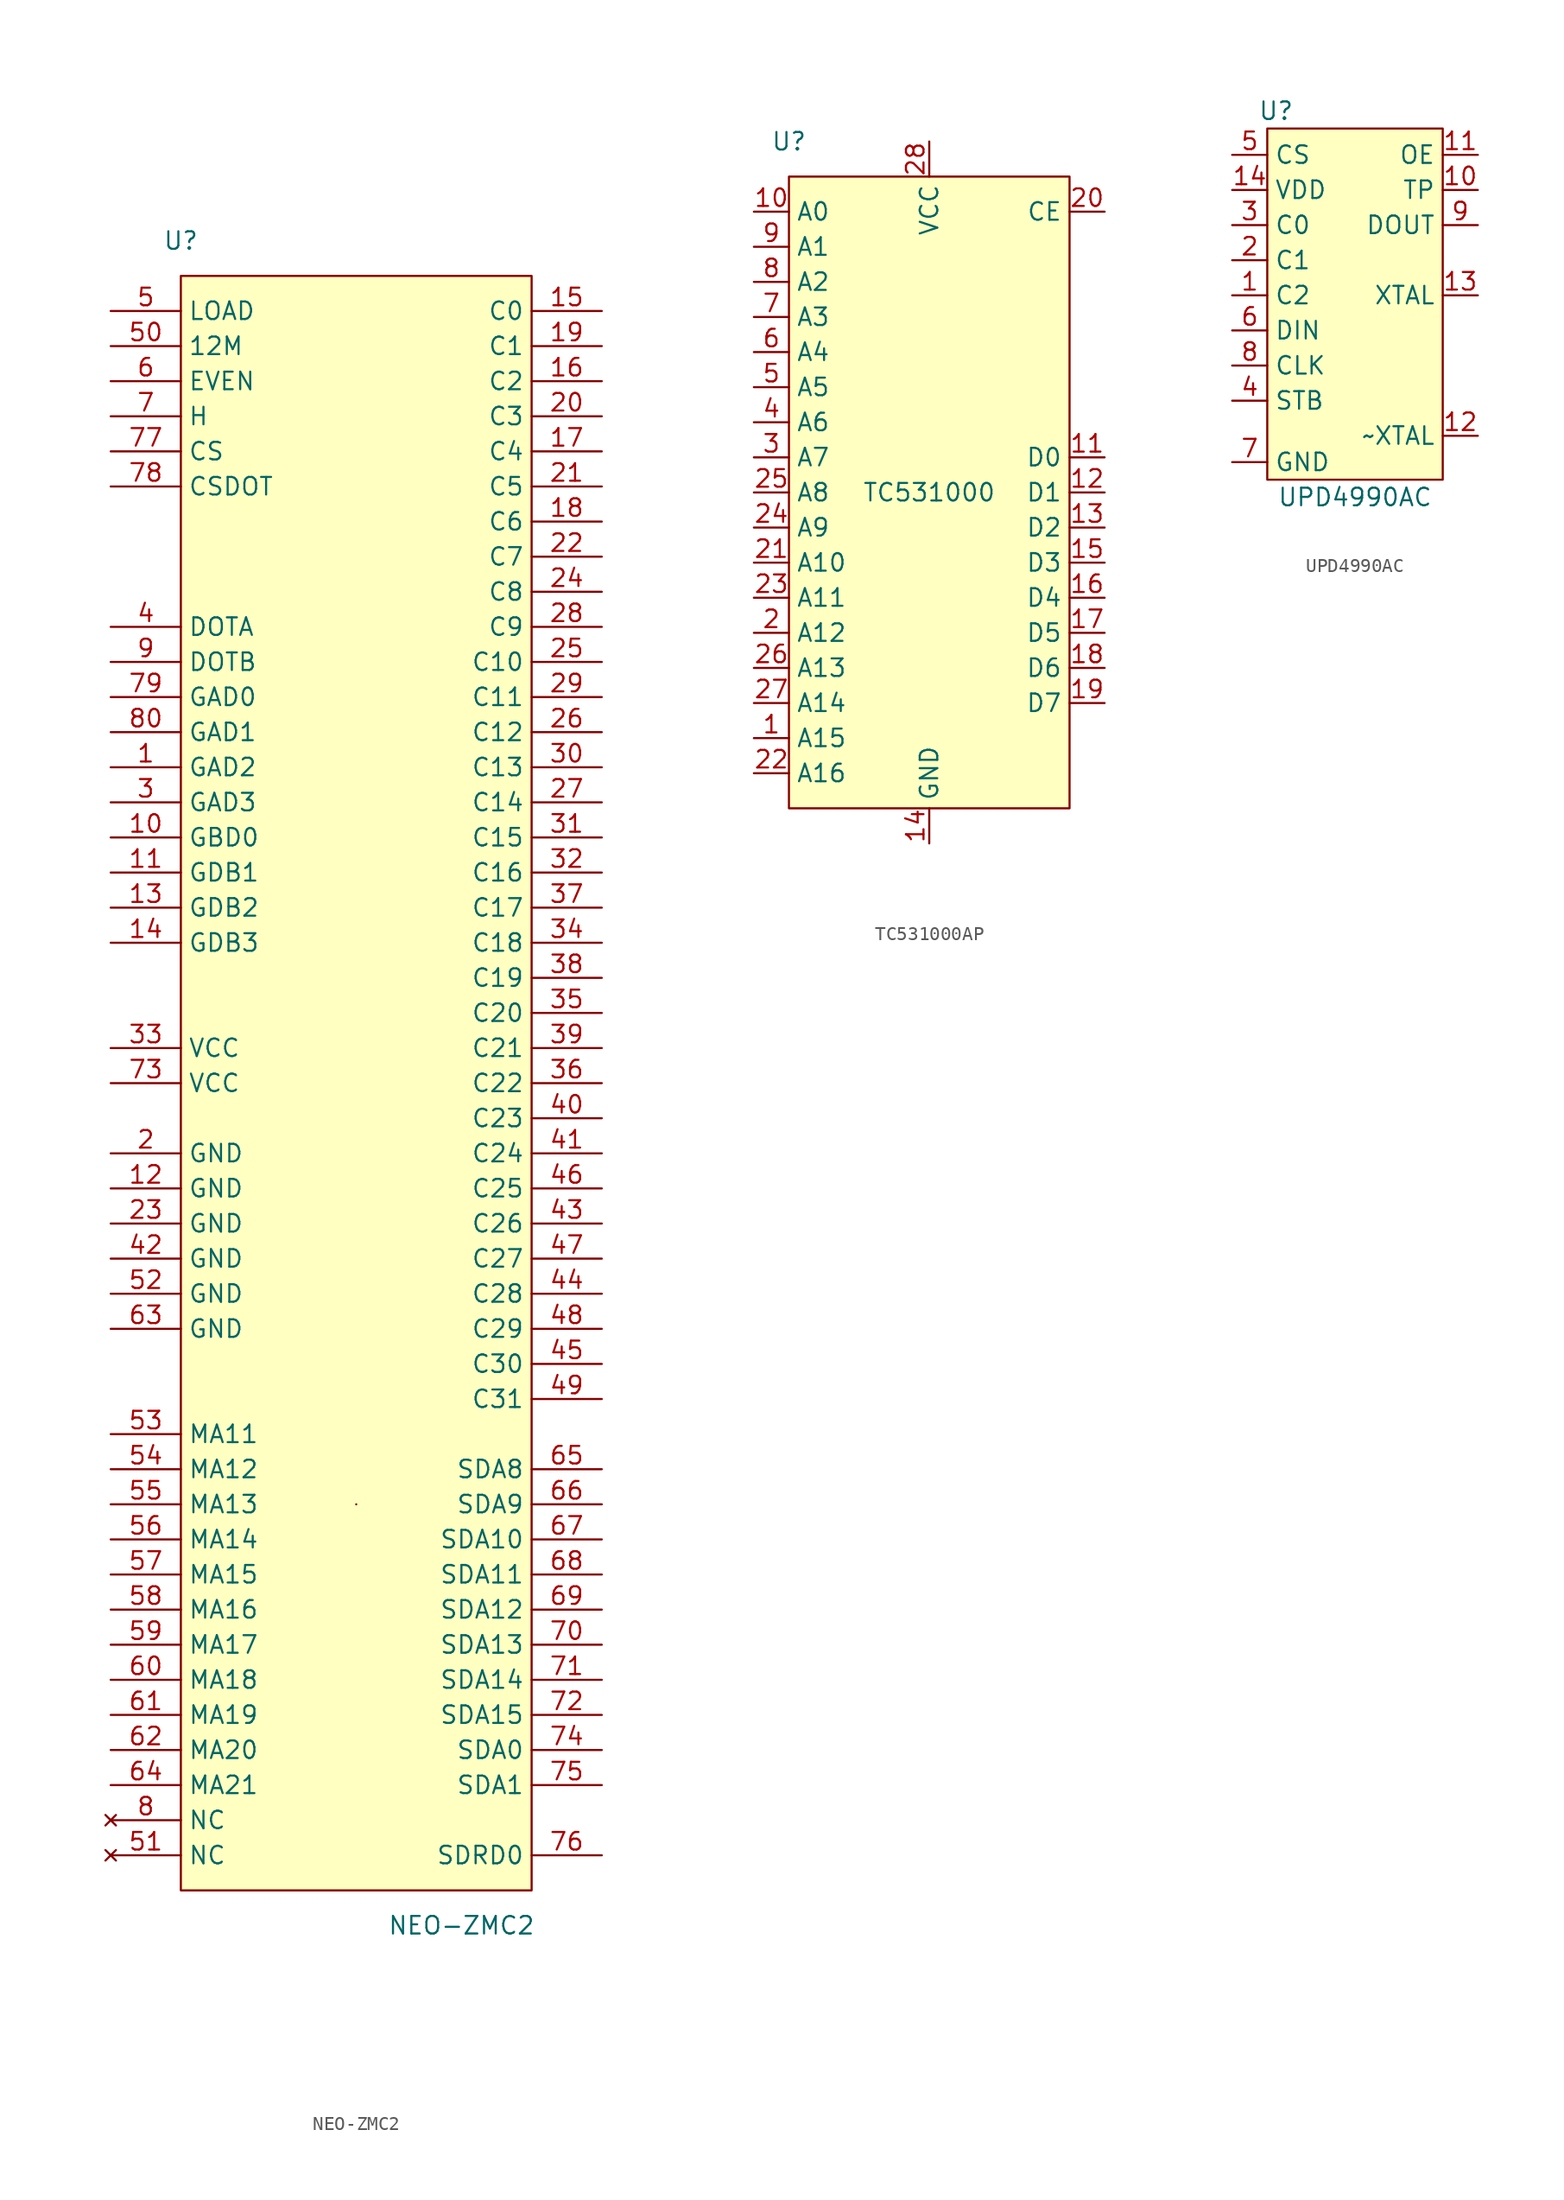
<source format=kicad_sym>
(kicad_symbol_lib
  (version 20220914)
  (generator kicad_symbol_editor)
  (symbol "NEO-ZMC2"
    (property "Reference" "U"
      (at -12.7 60.96 0)
      (effects (font (size 1.27 1.27))))
    (property "Value" "NEO-ZMC2"
      (at 7.62 -60.96 0)
      (effects (font (size 1.27 1.27))))
    (symbol "NEO-ZMC2_0_0"
      (pin output line (at -17.78 22.86 0) (length 5.08) (name "GAD2" (effects (font (size 1.27 1.27)))) (number "1" (effects (font (size 1.27 1.27)))))
      (pin output line (at -17.78 17.78 0) (length 5.08) (name "GBD0" (effects (font (size 1.27 1.27)))) (number "10" (effects (font (size 1.27 1.27)))))
      (pin output line (at -17.78 15.24 0) (length 5.08) (name "GDB1" (effects (font (size 1.27 1.27)))) (number "11" (effects (font (size 1.27 1.27)))))
      (pin output line (at -17.78 -7.62 0) (length 5.08) (name "GND" (effects (font (size 1.27 1.27)))) (number "12" (effects (font (size 1.27 1.27)))))
      (pin output line (at -17.78 12.7 0) (length 5.08) (name "GDB2" (effects (font (size 1.27 1.27)))) (number "13" (effects (font (size 1.27 1.27)))))
      (pin output line (at -17.78 10.16 0) (length 5.08) (name "GDB3" (effects (font (size 1.27 1.27)))) (number "14" (effects (font (size 1.27 1.27)))))
      (pin input line (at 17.78 55.88 180) (length 5.08) (name "C0" (effects (font (size 1.27 1.27)))) (number "15" (effects (font (size 1.27 1.27)))))
      (pin input line (at 17.78 50.8 180) (length 5.08) (name "C2" (effects (font (size 1.27 1.27)))) (number "16" (effects (font (size 1.27 1.27)))))
      (pin input line (at 17.78 45.72 180) (length 5.08) (name "C4" (effects (font (size 1.27 1.27)))) (number "17" (effects (font (size 1.27 1.27)))))
      (pin input line (at 17.78 40.64 180) (length 5.08) (name "C6" (effects (font (size 1.27 1.27)))) (number "18" (effects (font (size 1.27 1.27)))))
      (pin input line (at 17.78 53.34 180) (length 5.08) (name "C1" (effects (font (size 1.27 1.27)))) (number "19" (effects (font (size 1.27 1.27)))))
      (pin power_in line (at -17.78 -5.08 0) (length 5.08) (name "GND" (effects (font (size 1.27 1.27)))) (number "2" (effects (font (size 1.27 1.27)))))
      (pin input line (at 17.78 48.26 180) (length 5.08) (name "C3" (effects (font (size 1.27 1.27)))) (number "20" (effects (font (size 1.27 1.27)))))
      (pin input line (at 17.78 43.18 180) (length 5.08) (name "C5" (effects (font (size 1.27 1.27)))) (number "21" (effects (font (size 1.27 1.27)))))
      (pin input line (at 17.78 38.1 180) (length 5.08) (name "C7" (effects (font (size 1.27 1.27)))) (number "22" (effects (font (size 1.27 1.27)))))
      (pin power_in line (at -17.78 -10.16 0) (length 5.08) (name "GND" (effects (font (size 1.27 1.27)))) (number "23" (effects (font (size 1.27 1.27)))))
      (pin input line (at 17.78 35.56 180) (length 5.08) (name "C8" (effects (font (size 1.27 1.27)))) (number "24" (effects (font (size 1.27 1.27)))))
      (pin input line (at 17.78 30.48 180) (length 5.08) (name "C10" (effects (font (size 1.27 1.27)))) (number "25" (effects (font (size 1.27 1.27)))))
      (pin input line (at 17.78 25.4 180) (length 5.08) (name "C12" (effects (font (size 1.27 1.27)))) (number "26" (effects (font (size 1.27 1.27)))))
      (pin input line (at 17.78 20.32 180) (length 5.08) (name "C14" (effects (font (size 1.27 1.27)))) (number "27" (effects (font (size 1.27 1.27)))))
      (pin input line (at 17.78 33.02 180) (length 5.08) (name "C9" (effects (font (size 1.27 1.27)))) (number "28" (effects (font (size 1.27 1.27)))))
      (pin input line (at 17.78 27.94 180) (length 5.08) (name "C11" (effects (font (size 1.27 1.27)))) (number "29" (effects (font (size 1.27 1.27)))))
      (pin output line (at -17.78 20.32 0) (length 5.08) (name "GAD3" (effects (font (size 1.27 1.27)))) (number "3" (effects (font (size 1.27 1.27)))))
      (pin input line (at 17.78 22.86 180) (length 5.08) (name "C13" (effects (font (size 1.27 1.27)))) (number "30" (effects (font (size 1.27 1.27)))))
      (pin input line (at 17.78 17.78 180) (length 5.08) (name "C15" (effects (font (size 1.27 1.27)))) (number "31" (effects (font (size 1.27 1.27)))))
      (pin input line (at 17.78 15.24 180) (length 5.08) (name "C16" (effects (font (size 1.27 1.27)))) (number "32" (effects (font (size 1.27 1.27)))))
      (pin power_in line (at -17.78 2.54 0) (length 5.08) (name "VCC" (effects (font (size 1.27 1.27)))) (number "33" (effects (font (size 1.27 1.27)))))
      (pin input line (at 17.78 10.16 180) (length 5.08) (name "C18" (effects (font (size 1.27 1.27)))) (number "34" (effects (font (size 1.27 1.27)))))
      (pin input line (at 17.78 5.08 180) (length 5.08) (name "C20" (effects (font (size 1.27 1.27)))) (number "35" (effects (font (size 1.27 1.27)))))
      (pin input line (at 17.78 0 180) (length 5.08) (name "C22" (effects (font (size 1.27 1.27)))) (number "36" (effects (font (size 1.27 1.27)))))
      (pin input line (at 17.78 12.7 180) (length 5.08) (name "C17" (effects (font (size 1.27 1.27)))) (number "37" (effects (font (size 1.27 1.27)))))
      (pin input line (at 17.78 7.62 180) (length 5.08) (name "C19" (effects (font (size 1.27 1.27)))) (number "38" (effects (font (size 1.27 1.27)))))
      (pin input line (at 17.78 2.54 180) (length 5.08) (name "C21" (effects (font (size 1.27 1.27)))) (number "39" (effects (font (size 1.27 1.27)))))
      (pin output line (at -17.78 33.02 0) (length 5.08) (name "DOTA" (effects (font (size 1.27 1.27)))) (number "4" (effects (font (size 1.27 1.27)))))
      (pin input line (at 17.78 -2.54 180) (length 5.08) (name "C23" (effects (font (size 1.27 1.27)))) (number "40" (effects (font (size 1.27 1.27)))))
      (pin input line (at 17.78 -5.08 180) (length 5.08) (name "C24" (effects (font (size 1.27 1.27)))) (number "41" (effects (font (size 1.27 1.27)))))
      (pin power_in line (at -17.78 -12.7 0) (length 5.08) (name "GND" (effects (font (size 1.27 1.27)))) (number "42" (effects (font (size 1.27 1.27)))))
      (pin input line (at 17.78 -10.16 180) (length 5.08) (name "C26" (effects (font (size 1.27 1.27)))) (number "43" (effects (font (size 1.27 1.27)))))
      (pin input line (at 17.78 -15.24 180) (length 5.08) (name "C28" (effects (font (size 1.27 1.27)))) (number "44" (effects (font (size 1.27 1.27)))))
      (pin input line (at 17.78 -20.32 180) (length 5.08) (name "C30" (effects (font (size 1.27 1.27)))) (number "45" (effects (font (size 1.27 1.27)))))
      (pin input line (at 17.78 -7.62 180) (length 5.08) (name "C25" (effects (font (size 1.27 1.27)))) (number "46" (effects (font (size 1.27 1.27)))))
      (pin input line (at 17.78 -12.7 180) (length 5.08) (name "C27" (effects (font (size 1.27 1.27)))) (number "47" (effects (font (size 1.27 1.27)))))
      (pin input line (at 17.78 -17.78 180) (length 5.08) (name "C29" (effects (font (size 1.27 1.27)))) (number "48" (effects (font (size 1.27 1.27)))))
      (pin input line (at 17.78 -22.86 180) (length 5.08) (name "C31" (effects (font (size 1.27 1.27)))) (number "49" (effects (font (size 1.27 1.27)))))
      (pin input line (at -17.78 55.88 0) (length 5.08) (name "LOAD" (effects (font (size 1.27 1.27)))) (number "5" (effects (font (size 1.27 1.27)))))
      (pin input line (at -17.78 53.34 0) (length 5.08) (name "12M" (effects (font (size 1.27 1.27)))) (number "50" (effects (font (size 1.27 1.27)))))
      (pin no_connect line (at -17.78 -55.88 0) (length 5.08) (name "NC" (effects (font (size 1.27 1.27)))) (number "51" (effects (font (size 1.27 1.27)))))
      (pin power_in line (at -17.78 -15.24 0) (length 5.08) (name "GND" (effects (font (size 1.27 1.27)))) (number "52" (effects (font (size 1.27 1.27)))))
      (pin output line (at -17.78 -25.4 0) (length 5.08) (name "MA11" (effects (font (size 1.27 1.27)))) (number "53" (effects (font (size 1.27 1.27)))))
      (pin output line (at -17.78 -27.94 0) (length 5.08) (name "MA12" (effects (font (size 1.27 1.27)))) (number "54" (effects (font (size 1.27 1.27)))))
      (pin output line (at -17.78 -30.48 0) (length 5.08) (name "MA13" (effects (font (size 1.27 1.27)))) (number "55" (effects (font (size 1.27 1.27)))))
      (pin output line (at -17.78 -33.02 0) (length 5.08) (name "MA14" (effects (font (size 1.27 1.27)))) (number "56" (effects (font (size 1.27 1.27)))))
      (pin output line (at -17.78 -35.56 0) (length 5.08) (name "MA15" (effects (font (size 1.27 1.27)))) (number "57" (effects (font (size 1.27 1.27)))))
      (pin output line (at -17.78 -38.1 0) (length 5.08) (name "MA16" (effects (font (size 1.27 1.27)))) (number "58" (effects (font (size 1.27 1.27)))))
      (pin output line (at -17.78 -40.64 0) (length 5.08) (name "MA17" (effects (font (size 1.27 1.27)))) (number "59" (effects (font (size 1.27 1.27)))))
      (pin input line (at -17.78 50.8 0) (length 5.08) (name "EVEN" (effects (font (size 1.27 1.27)))) (number "6" (effects (font (size 1.27 1.27)))))
      (pin output line (at -17.78 -43.18 0) (length 5.08) (name "MA18" (effects (font (size 1.27 1.27)))) (number "60" (effects (font (size 1.27 1.27)))))
      (pin output line (at -17.78 -45.72 0) (length 5.08) (name "MA19" (effects (font (size 1.27 1.27)))) (number "61" (effects (font (size 1.27 1.27)))))
      (pin output line (at -17.78 -48.26 0) (length 5.08) (name "MA20" (effects (font (size 1.27 1.27)))) (number "62" (effects (font (size 1.27 1.27)))))
      (pin power_in line (at -17.78 -17.78 0) (length 5.08) (name "GND" (effects (font (size 1.27 1.27)))) (number "63" (effects (font (size 1.27 1.27)))))
      (pin output line (at -17.78 -50.8 0) (length 5.08) (name "MA21" (effects (font (size 1.27 1.27)))) (number "64" (effects (font (size 1.27 1.27)))))
      (pin input line (at 17.78 -27.94 180) (length 5.08) (name "SDA8" (effects (font (size 1.27 1.27)))) (number "65" (effects (font (size 1.27 1.27)))))
      (pin input line (at 17.78 -30.48 180) (length 5.08) (name "SDA9" (effects (font (size 1.27 1.27)))) (number "66" (effects (font (size 1.27 1.27)))))
      (pin input line (at 17.78 -33.02 180) (length 5.08) (name "SDA10" (effects (font (size 1.27 1.27)))) (number "67" (effects (font (size 1.27 1.27)))))
      (pin input line (at 17.78 -35.56 180) (length 5.08) (name "SDA11" (effects (font (size 1.27 1.27)))) (number "68" (effects (font (size 1.27 1.27)))))
      (pin input line (at 17.78 -38.1 180) (length 5.08) (name "SDA12" (effects (font (size 1.27 1.27)))) (number "69" (effects (font (size 1.27 1.27)))))
      (pin input line (at -17.78 48.26 0) (length 5.08) (name "H" (effects (font (size 1.27 1.27)))) (number "7" (effects (font (size 1.27 1.27)))))
      (pin input line (at 17.78 -40.64 180) (length 5.08) (name "SDA13" (effects (font (size 1.27 1.27)))) (number "70" (effects (font (size 1.27 1.27)))))
      (pin input line (at 17.78 -43.18 180) (length 5.08) (name "SDA14" (effects (font (size 1.27 1.27)))) (number "71" (effects (font (size 1.27 1.27)))))
      (pin input line (at 17.78 -45.72 180) (length 5.08) (name "SDA15" (effects (font (size 1.27 1.27)))) (number "72" (effects (font (size 1.27 1.27)))))
      (pin power_in line (at -17.78 0 0) (length 5.08) (name "VCC" (effects (font (size 1.27 1.27)))) (number "73" (effects (font (size 1.27 1.27)))))
      (pin input line (at 17.78 -48.26 180) (length 5.08) (name "SDA0" (effects (font (size 1.27 1.27)))) (number "74" (effects (font (size 1.27 1.27)))))
      (pin input line (at 17.78 -50.8 180) (length 5.08) (name "SDA1" (effects (font (size 1.27 1.27)))) (number "75" (effects (font (size 1.27 1.27)))))
      (pin input line (at 17.78 -55.88 180) (length 5.08) (name "SDRD0" (effects (font (size 1.27 1.27)))) (number "76" (effects (font (size 1.27 1.27)))))
      (pin input line (at -17.78 45.72 0) (length 5.08) (name "CS" (effects (font (size 1.27 1.27)))) (number "77" (effects (font (size 1.27 1.27)))))
      (pin input line (at -17.78 43.18 0) (length 5.08) (name "CSDOT" (effects (font (size 1.27 1.27)))) (number "78" (effects (font (size 1.27 1.27)))))
      (pin output line (at -17.78 27.94 0) (length 5.08) (name "GAD0" (effects (font (size 1.27 1.27)))) (number "79" (effects (font (size 1.27 1.27)))))
      (pin no_connect line (at -17.78 -53.34 0) (length 5.08) (name "NC" (effects (font (size 1.27 1.27)))) (number "8" (effects (font (size 1.27 1.27)))))
      (pin output line (at -17.78 25.4 0) (length 5.08) (name "GAD1" (effects (font (size 1.27 1.27)))) (number "80" (effects (font (size 1.27 1.27)))))
      (pin output line (at -17.78 30.48 0) (length 5.08) (name "DOTB" (effects (font (size 1.27 1.27)))) (number "9" (effects (font (size 1.27 1.27))))))
    (symbol "NEO-ZMC2_1_1"
      (rectangle (start -12.7 58.42) (end 12.7 -58.42) (stroke (width 0) (type default)) (fill (type background)))
      (rectangle (start 0 -30.48) (end 0 -30.48) (stroke (width 0) (type default)) (fill (type none)))))
  (symbol "TC531000AP"
    (property "Reference" "U"
      (at -10.16 25.4 0)
      (effects (font (size 1.27 1.27))))
    (property "Value" "TC531000"
      (at 0 0 0)
      (effects (font (size 1.27 1.27))))
    (symbol "TC531000AP_0_0"
      (pin input line (at -12.7 -17.78 0) (length 2.54) (name "A15" (effects (font (size 1.27 1.27)))) (number "1" (effects (font (size 1.27 1.27)))))
      (pin input line (at -12.7 20.32 0) (length 2.54) (name "A0" (effects (font (size 1.27 1.27)))) (number "10" (effects (font (size 1.27 1.27)))))
      (pin bidirectional line (at 12.7 2.54 180) (length 2.54) (name "D0" (effects (font (size 1.27 1.27)))) (number "11" (effects (font (size 1.27 1.27)))))
      (pin bidirectional line (at 12.7 0 180) (length 2.54) (name "D1" (effects (font (size 1.27 1.27)))) (number "12" (effects (font (size 1.27 1.27)))))
      (pin bidirectional line (at 12.7 -2.54 180) (length 2.54) (name "D2" (effects (font (size 1.27 1.27)))) (number "13" (effects (font (size 1.27 1.27)))))
      (pin power_in line (at 0 -25.4 90) (length 2.54) (name "GND" (effects (font (size 1.27 1.27)))) (number "14" (effects (font (size 1.27 1.27)))))
      (pin bidirectional line (at 12.7 -5.08 180) (length 2.54) (name "D3" (effects (font (size 1.27 1.27)))) (number "15" (effects (font (size 1.27 1.27)))))
      (pin bidirectional line (at 12.7 -7.62 180) (length 2.54) (name "D4" (effects (font (size 1.27 1.27)))) (number "16" (effects (font (size 1.27 1.27)))))
      (pin bidirectional line (at 12.7 -10.16 180) (length 2.54) (name "D5" (effects (font (size 1.27 1.27)))) (number "17" (effects (font (size 1.27 1.27)))))
      (pin bidirectional line (at 12.7 -12.7 180) (length 2.54) (name "D6" (effects (font (size 1.27 1.27)))) (number "18" (effects (font (size 1.27 1.27)))))
      (pin bidirectional line (at 12.7 -15.24 180) (length 2.54) (name "D7" (effects (font (size 1.27 1.27)))) (number "19" (effects (font (size 1.27 1.27)))))
      (pin input line (at -12.7 -10.16 0) (length 2.54) (name "A12" (effects (font (size 1.27 1.27)))) (number "2" (effects (font (size 1.27 1.27)))))
      (pin input line (at 12.7 20.32 180) (length 2.54) (name "CE" (effects (font (size 1.27 1.27)))) (number "20" (effects (font (size 1.27 1.27)))))
      (pin input line (at -12.7 -5.08 0) (length 2.54) (name "A10" (effects (font (size 1.27 1.27)))) (number "21" (effects (font (size 1.27 1.27)))))
      (pin input line (at -12.7 -20.32 0) (length 2.54) (name "A16" (effects (font (size 1.27 1.27)))) (number "22" (effects (font (size 1.27 1.27)))))
      (pin input line (at -12.7 -7.62 0) (length 2.54) (name "A11" (effects (font (size 1.27 1.27)))) (number "23" (effects (font (size 1.27 1.27)))))
      (pin input line (at -12.7 -2.54 0) (length 2.54) (name "A9" (effects (font (size 1.27 1.27)))) (number "24" (effects (font (size 1.27 1.27)))))
      (pin input line (at -12.7 0 0) (length 2.54) (name "A8" (effects (font (size 1.27 1.27)))) (number "25" (effects (font (size 1.27 1.27)))))
      (pin input line (at -12.7 -12.7 0) (length 2.54) (name "A13" (effects (font (size 1.27 1.27)))) (number "26" (effects (font (size 1.27 1.27)))))
      (pin input line (at -12.7 -15.24 0) (length 2.54) (name "A14" (effects (font (size 1.27 1.27)))) (number "27" (effects (font (size 1.27 1.27)))))
      (pin power_in line (at 0 25.4 270) (length 2.54) (name "VCC" (effects (font (size 1.27 1.27)))) (number "28" (effects (font (size 1.27 1.27)))))
      (pin input line (at -12.7 2.54 0) (length 2.54) (name "A7" (effects (font (size 1.27 1.27)))) (number "3" (effects (font (size 1.27 1.27)))))
      (pin input line (at -12.7 5.08 0) (length 2.54) (name "A6" (effects (font (size 1.27 1.27)))) (number "4" (effects (font (size 1.27 1.27)))))
      (pin input line (at -12.7 7.62 0) (length 2.54) (name "A5" (effects (font (size 1.27 1.27)))) (number "5" (effects (font (size 1.27 1.27)))))
      (pin input line (at -12.7 10.16 0) (length 2.54) (name "A4" (effects (font (size 1.27 1.27)))) (number "6" (effects (font (size 1.27 1.27)))))
      (pin input line (at -12.7 12.7 0) (length 2.54) (name "A3" (effects (font (size 1.27 1.27)))) (number "7" (effects (font (size 1.27 1.27)))))
      (pin input line (at -12.7 15.24 0) (length 2.54) (name "A2" (effects (font (size 1.27 1.27)))) (number "8" (effects (font (size 1.27 1.27)))))
      (pin input line (at -12.7 17.78 0) (length 2.54) (name "A1" (effects (font (size 1.27 1.27)))) (number "9" (effects (font (size 1.27 1.27))))))
    (symbol "TC531000AP_1_1"
      (rectangle (start -10.16 22.86) (end 10.16 -22.86) (stroke (width 0) (type default)) (fill (type background)))))
  (symbol "UPD4990AC"
    (property "Reference" "U"
      (at -5.715 13.335 0)
      (effects (font (size 1.27 1.27))))
    (property "Value" "UPD4990AC"
      (at 0 -14.605 0)
      (effects (font (size 1.27 1.27))))
    (symbol "UPD4990AC_0_0"
      (pin input line (at -8.89 0 0) (length 2.54) (name "C2" (effects (font (size 1.27 1.27)))) (number "1" (effects (font (size 1.27 1.27)))))
      (pin output line (at 8.89 7.62 180) (length 2.54) (name "TP" (effects (font (size 1.27 1.27)))) (number "10" (effects (font (size 1.27 1.27)))))
      (pin input line (at 8.89 10.16 180) (length 2.54) (name "OE" (effects (font (size 1.27 1.27)))) (number "11" (effects (font (size 1.27 1.27)))))
      (pin input line (at 8.89 -10.16 180) (length 2.54) (name "~XTAL" (effects (font (size 1.27 1.27)))) (number "12" (effects (font (size 1.27 1.27)))))
      (pin input line (at 8.89 0 180) (length 2.54) (name "XTAL" (effects (font (size 1.27 1.27)))) (number "13" (effects (font (size 1.27 1.27)))))
      (pin power_in line (at -8.89 7.62 0) (length 2.54) (name "VDD" (effects (font (size 1.27 1.27)))) (number "14" (effects (font (size 1.27 1.27)))))
      (pin input line (at -8.89 2.54 0) (length 2.54) (name "C1" (effects (font (size 1.27 1.27)))) (number "2" (effects (font (size 1.27 1.27)))))
      (pin input line (at -8.89 5.08 0) (length 2.54) (name "C0" (effects (font (size 1.27 1.27)))) (number "3" (effects (font (size 1.27 1.27)))))
      (pin input line (at -8.89 -7.62 0) (length 2.54) (name "STB" (effects (font (size 1.27 1.27)))) (number "4" (effects (font (size 1.27 1.27)))))
      (pin input line (at -8.89 10.16 0) (length 2.54) (name "CS" (effects (font (size 1.27 1.27)))) (number "5" (effects (font (size 1.27 1.27)))))
      (pin power_in line (at -8.89 -12.065 0) (length 2.54) (name "GND" (effects (font (size 1.27 1.27)))) (number "7" (effects (font (size 1.27 1.27)))))
      (pin input line (at -8.89 -5.08 0) (length 2.54) (name "CLK" (effects (font (size 1.27 1.27)))) (number "8" (effects (font (size 1.27 1.27))))))
    (symbol "UPD4990AC_1_0"
      (pin input line (at -8.89 -2.54 0) (length 2.54) (name "DIN" (effects (font (size 1.27 1.27)))) (number "6" (effects (font (size 1.27 1.27)))))
      (pin output line (at 8.89 5.08 180) (length 2.54) (name "DOUT" (effects (font (size 1.27 1.27)))) (number "9" (effects (font (size 1.27 1.27))))))
    (symbol "UPD4990AC_1_1"
      (rectangle (start -6.35 12.065) (end 6.35 -13.335) (stroke (width 0) (type default)) (fill (type background))))))
</source>
